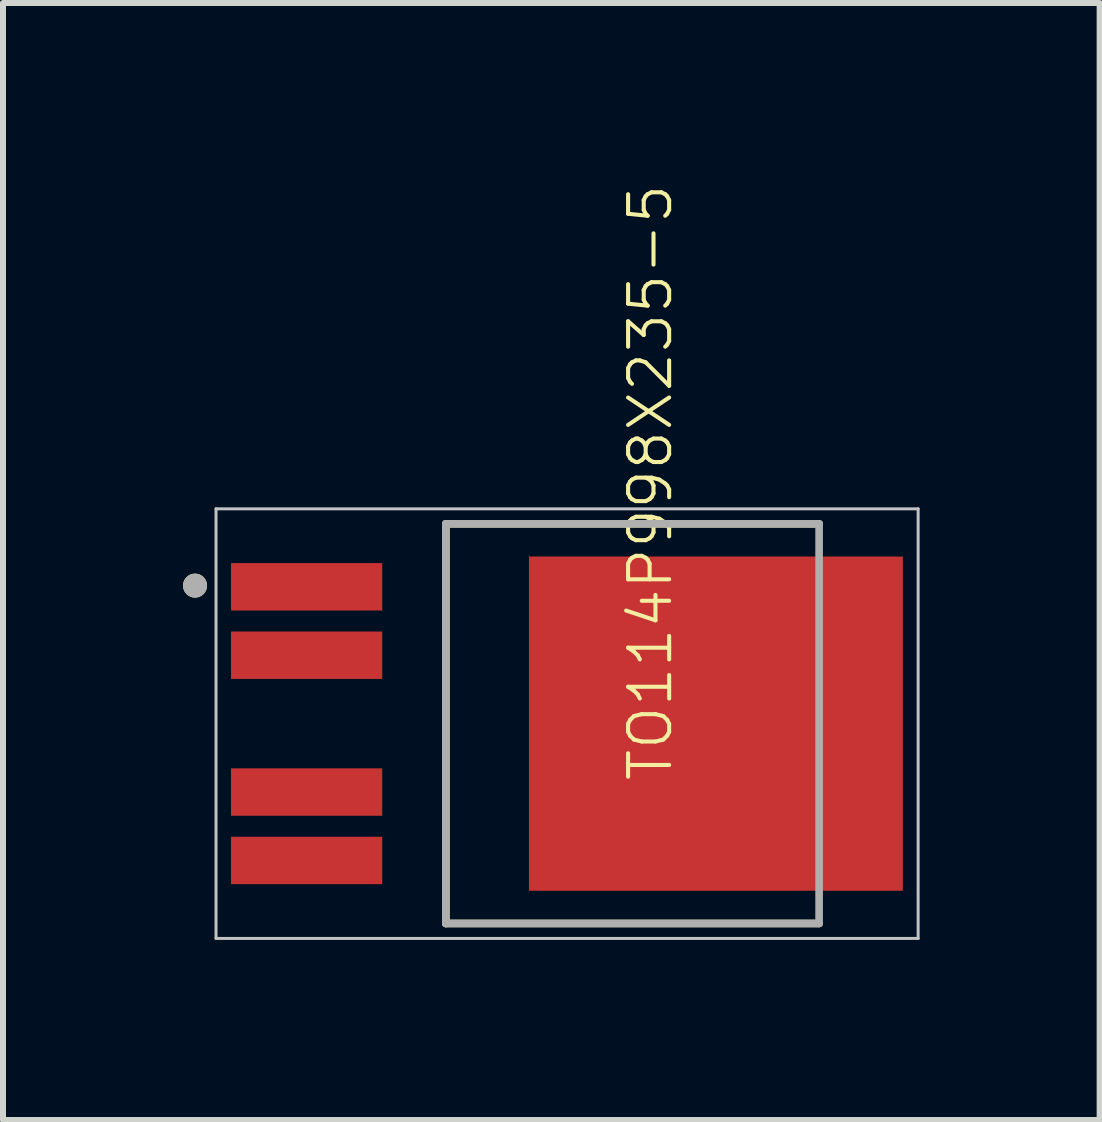
<source format=kicad_pcb>
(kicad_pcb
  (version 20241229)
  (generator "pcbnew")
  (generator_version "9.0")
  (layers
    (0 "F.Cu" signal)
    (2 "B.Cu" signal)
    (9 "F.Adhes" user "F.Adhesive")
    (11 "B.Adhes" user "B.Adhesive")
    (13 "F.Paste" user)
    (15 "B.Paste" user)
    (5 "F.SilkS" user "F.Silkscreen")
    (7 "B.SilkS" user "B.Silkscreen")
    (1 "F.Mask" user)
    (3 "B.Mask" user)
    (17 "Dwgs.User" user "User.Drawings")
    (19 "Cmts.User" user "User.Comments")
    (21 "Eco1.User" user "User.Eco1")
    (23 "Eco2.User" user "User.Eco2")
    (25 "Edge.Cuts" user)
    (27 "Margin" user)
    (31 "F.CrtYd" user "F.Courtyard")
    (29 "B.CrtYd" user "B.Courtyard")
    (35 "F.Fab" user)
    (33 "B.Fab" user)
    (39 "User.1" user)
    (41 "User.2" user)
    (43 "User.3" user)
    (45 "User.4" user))
  (footprint "TO114P998X235-5"
    (layer "F.Cu")
    (at 6.4 9.009)
    (property "Reference" "TO114P998X235-5" (at 1.788 0.994 90) (layer "F.SilkS") (effects (font (size 0.684 0.684) (thickness 0.068)) (justify left bottom)))
    (attr through_hole)
    (fp_line (start -2.02 -3.33) (end -2.02 3.33) (stroke (width 0.127) (type solid)) (layer "F.SilkS"))
    (fp_line (start -2.02 3.33) (end 4.2 3.33) (stroke (width 0.127) (type solid)) (layer "F.SilkS"))
    (fp_line (start 4.2 -3.33) (end -2.02 -3.33) (stroke (width 0.127) (type solid)) (layer "F.SilkS"))
    (fp_circle (center -6.2 -2.3) (end -6.1 -2.3) (stroke (width 0.2) (type solid)) (fill no) (layer "F.SilkS"))
    (fp_poly (pts (xy -0.34 -0.43) (xy 1.16 -0.43) (xy 1.16 -2.35) (xy -0.34 -2.35)) (stroke (width 0) (type solid)) (fill yes) (layer "F.Paste"))
    (fp_poly (pts (xy -0.34 2.35) (xy 1.16 2.35) (xy 1.16 0.43) (xy -0.34 0.43)) (stroke (width 0) (type solid)) (fill yes) (layer "F.Paste"))
    (fp_poly (pts (xy 1.73 -0.43) (xy 3.23 -0.43) (xy 3.23 -2.35) (xy 1.73 -2.35)) (stroke (width 0) (type solid)) (fill yes) (layer "F.Paste"))
    (fp_poly (pts (xy 1.73 2.35) (xy 3.23 2.35) (xy 3.23 0.43) (xy 1.73 0.43)) (stroke (width 0) (type solid)) (fill yes) (layer "F.Paste"))
    (fp_poly (pts (xy 3.8 -0.43) (xy 5.3 -0.43) (xy 5.3 -2.35) (xy 3.8 -2.35)) (stroke (width 0) (type solid)) (fill yes) (layer "F.Paste"))
    (fp_poly (pts (xy 3.8 2.35) (xy 5.3 2.35) (xy 5.3 0.43) (xy 3.8 0.43)) (stroke (width 0) (type solid)) (fill yes) (layer "F.Paste"))
    (fp_line (start -5.85 -3.58) (end 5.85 -3.58) (stroke (width 0.05) (type solid)) (layer "Dwgs.User"))
    (fp_line (start -5.85 3.58) (end -5.85 -3.58) (stroke (width 0.05) (type solid)) (layer "Dwgs.User"))
    (fp_line (start 5.85 -3.58) (end 5.85 3.58) (stroke (width 0.05) (type solid)) (layer "Dwgs.User"))
    (fp_line (start 5.85 3.58) (end -5.85 3.58) (stroke (width 0.05) (type solid)) (layer "Dwgs.User"))
    (fp_line (start -2.02 -3.33) (end 4.2 -3.33) (stroke (width 0.127) (type solid)) (layer "F.Fab"))
    (fp_line (start -2.02 3.33) (end -2.02 -3.33) (stroke (width 0.127) (type solid)) (layer "F.Fab"))
    (fp_line (start 4.2 -3.33) (end 4.2 3.33) (stroke (width 0.127) (type solid)) (layer "F.Fab"))
    (fp_line (start 4.2 3.33) (end -2.02 3.33) (stroke (width 0.127) (type solid)) (layer "F.Fab"))
    (fp_circle (center -6.2 -2.3) (end -6.1 -2.3) (stroke (width 0.2) (type solid)) (fill no) (layer "F.Fab"))
    (pad "1" smd rect (at -4.34 -2.28) (size 2.52 0.79) (layers "F.Cu" "F.Mask" "F.Paste"))
    (pad "2" smd rect (at -4.34 -1.14) (size 2.52 0.79) (layers "F.Cu" "F.Mask" "F.Paste"))
    (pad "3" smd rect (at 2.48 0) (size 6.23 5.57) (layers "F.Cu" "F.Mask"))
    (pad "4" smd rect (at -4.34 1.14) (size 2.52 0.79) (layers "F.Cu" "F.Mask" "F.Paste"))
    (pad "5" smd rect (at -4.34 2.28) (size 2.52 0.79) (layers "F.Cu" "F.Mask" "F.Paste")))
  (gr_rect
    (start -3 -3)
    (end 15.275 15.614)
    (stroke (width 0.1) (type default))
    (fill no)
    (layer "Edge.Cuts")))
</source>
